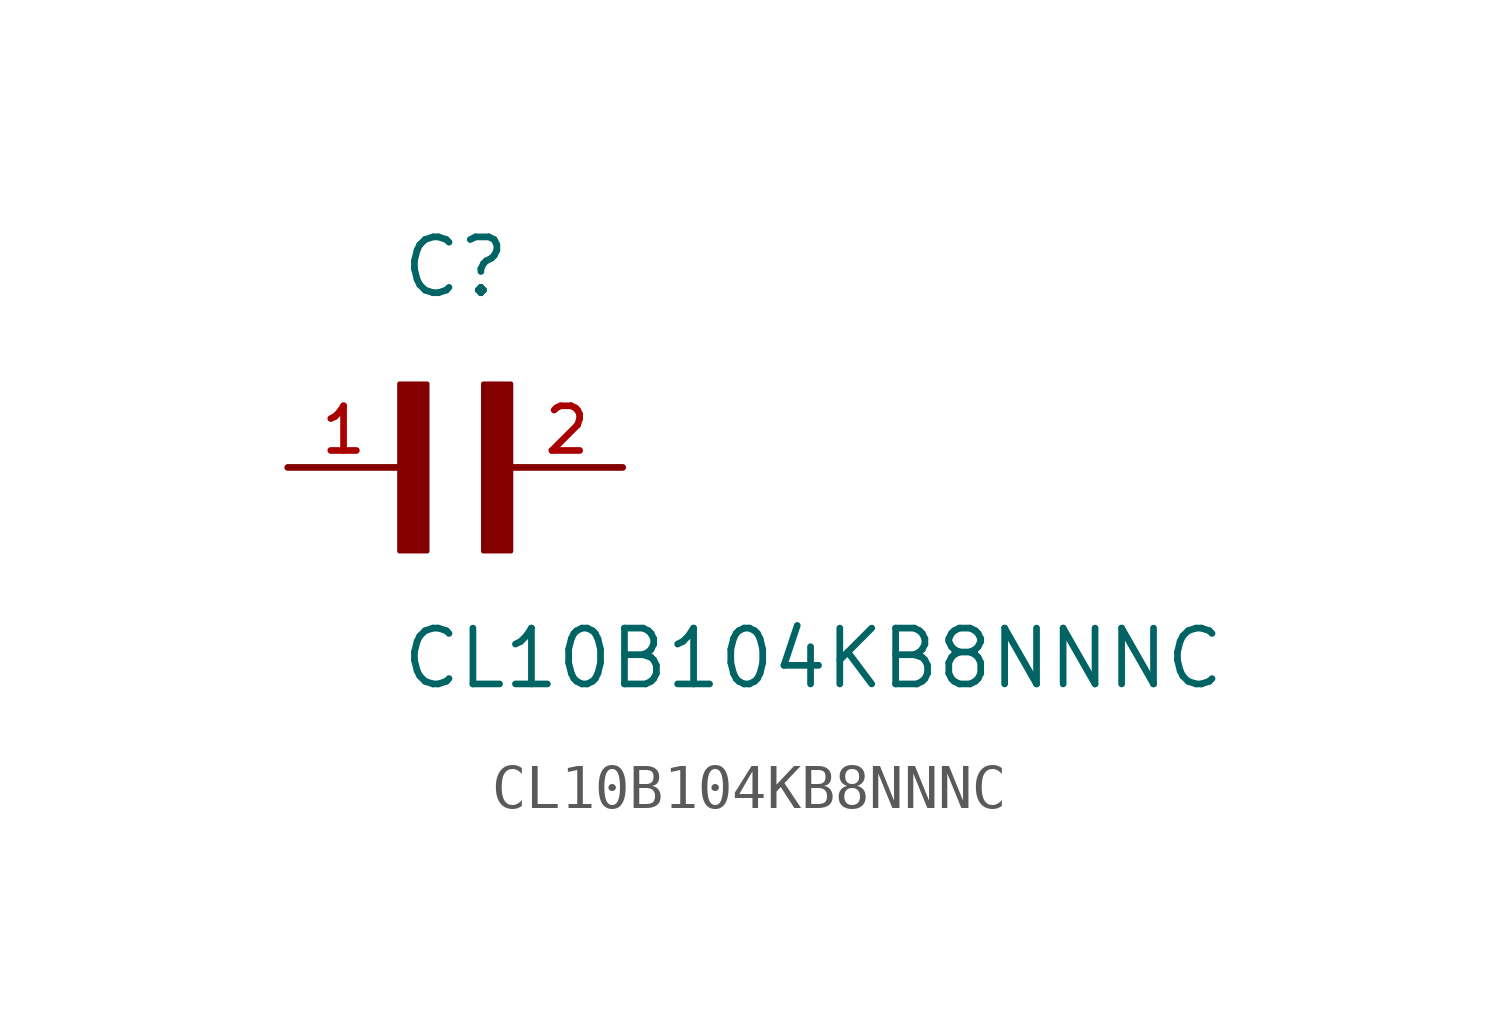
<source format=kicad_sym>
(kicad_symbol_lib
  (version 20211014)
  (generator kicad_symbol_editor)
  (symbol "CL10B104KB8NNNC"
    (pin_names
      (offset 1.016))
    (property "Reference" "C"
      (at 0.0 3.811 0)
      (effects (font (size 1.27 1.27)) (justify bottom left)))
    (property "Value" "CL10B104KB8NNNC"
      (at 0.0 -5.088 0)
      (effects (font (size 1.27 1.27)) (justify bottom left)))
    (symbol "CL10B104KB8NNNC_0_0"
      (rectangle (start 0.0 -1.907) (end 0.635 1.905) (stroke (width 0.1)) (fill (type outline)))
      (rectangle (start 1.907 -1.907) (end 2.54 1.905) (stroke (width 0.1)) (fill (type outline)))
      (pin passive line (at -2.54 0.0 0) (length 2.54) (name "~" (effects (font (size 1.016 1.016)))) (number "1" (effects (font (size 1.016 1.016)))))
      (pin passive line (at 5.08 0.0 180.0) (length 2.54) (name "~" (effects (font (size 1.016 1.016)))) (number "2" (effects (font (size 1.016 1.016))))))))
</source>
